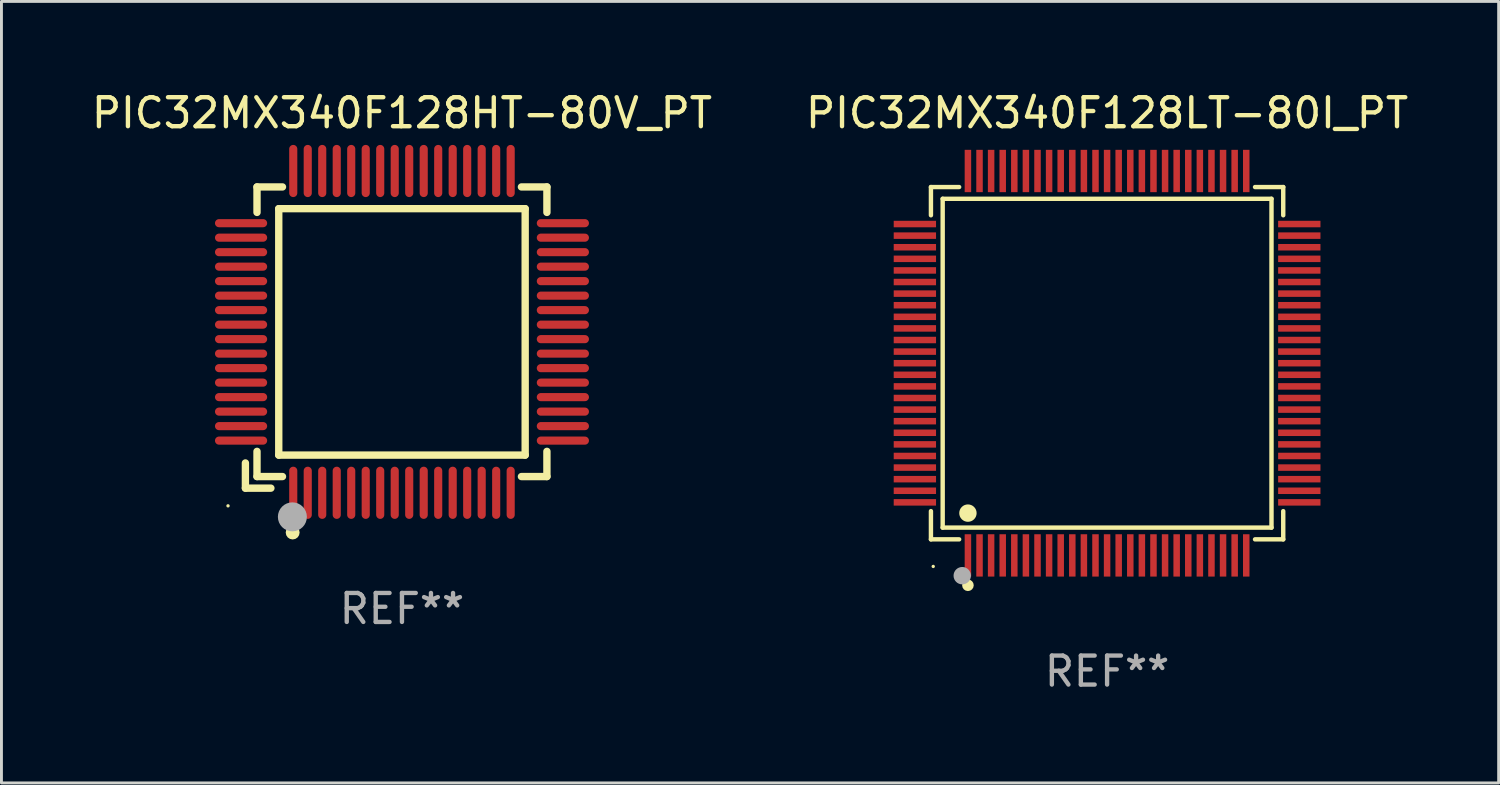
<source format=kicad_pcb>
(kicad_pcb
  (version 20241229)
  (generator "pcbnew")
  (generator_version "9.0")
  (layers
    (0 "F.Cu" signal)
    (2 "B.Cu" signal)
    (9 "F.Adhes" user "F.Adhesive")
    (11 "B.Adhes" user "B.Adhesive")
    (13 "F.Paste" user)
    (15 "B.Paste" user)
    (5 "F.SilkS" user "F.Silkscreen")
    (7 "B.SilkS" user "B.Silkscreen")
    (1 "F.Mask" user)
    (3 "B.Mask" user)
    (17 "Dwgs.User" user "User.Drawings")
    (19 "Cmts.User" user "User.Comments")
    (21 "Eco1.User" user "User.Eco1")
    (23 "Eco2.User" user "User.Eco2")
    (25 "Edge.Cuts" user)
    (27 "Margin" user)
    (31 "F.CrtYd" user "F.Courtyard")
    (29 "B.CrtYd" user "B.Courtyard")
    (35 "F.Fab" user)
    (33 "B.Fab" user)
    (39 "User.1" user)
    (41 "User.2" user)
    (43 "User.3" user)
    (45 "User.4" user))
  (footprint "PIC32MX340F128HT-80V_PT"
    (layer "F.Cu")
    (at 10.815 8.398)
    (property "Reference" "PIC32MX340F128HT-80V_PT" (at 0 -7.55 0) (layer "F.SilkS") (effects (font (size 1 1) (thickness 0.15))))
    (attr through_hole)
    (fp_line (start -5.4 4.521) (end -5.4 5.39) (stroke (width 0.254) (type solid)) (layer "F.SilkS"))
    (fp_line (start -5.4 5.39) (end -4.521 5.39) (stroke (width 0.254) (type solid)) (layer "F.SilkS"))
    (fp_line (start -5 -5) (end -5 -4.121) (stroke (width 0.254) (type solid)) (layer "F.SilkS"))
    (fp_line (start -5 4.121) (end -5 4.99) (stroke (width 0.254) (type solid)) (layer "F.SilkS"))
    (fp_line (start -5 4.99) (end -4.121 4.99) (stroke (width 0.254) (type solid)) (layer "F.SilkS"))
    (fp_line (start -4.25 -4.25) (end -4.25 4.25) (stroke (width 0.254) (type solid)) (layer "F.SilkS"))
    (fp_line (start -4.25 4.25) (end 4.25 4.25) (stroke (width 0.254) (type solid)) (layer "F.SilkS"))
    (fp_line (start -4.121 -5) (end -5 -5) (stroke (width 0.254) (type solid)) (layer "F.SilkS"))
    (fp_line (start 4.121 4.99) (end 5 4.99) (stroke (width 0.254) (type solid)) (layer "F.SilkS"))
    (fp_line (start 4.25 -4.25) (end -4.25 -4.25) (stroke (width 0.254) (type solid)) (layer "F.SilkS"))
    (fp_line (start 4.25 4.25) (end 4.25 -4.25) (stroke (width 0.254) (type solid)) (layer "F.SilkS"))
    (fp_line (start 5 -5) (end 4.121 -5) (stroke (width 0.254) (type solid)) (layer "F.SilkS"))
    (fp_line (start 5 -4.121) (end 5 -5) (stroke (width 0.254) (type solid)) (layer "F.SilkS"))
    (fp_line (start 5 4.99) (end 5 4.121) (stroke (width 0.254) (type solid)) (layer "F.SilkS"))
    (fp_circle (center -6 6) (end -5.97 6) (stroke (width 0.06) (type solid)) (fill no) (layer "F.SilkS"))
    (fp_circle (center -3.77 6.92) (end -3.65 6.92) (stroke (width 0.24) (type solid)) (fill no) (layer "F.SilkS"))
    (fp_circle (center -3.78 6.38) (end -3.53 6.38) (stroke (width 0.5) (type solid)) (fill no) (layer "F.Fab"))
    (fp_text user "REF**" (at 0 9.55 0) (layer "F.Fab") (effects (font (size 1 1) (thickness 0.15))))
    (pad "1" smd oval (at -3.75 5.55) (size 0.28 1.8) (layers "F.Cu" "F.Mask" "F.Paste"))
    (pad "2" smd oval (at -3.25 5.55) (size 0.28 1.8) (layers "F.Cu" "F.Mask" "F.Paste"))
    (pad "3" smd oval (at -2.75 5.55) (size 0.28 1.8) (layers "F.Cu" "F.Mask" "F.Paste"))
    (pad "4" smd oval (at -2.25 5.55) (size 0.28 1.8) (layers "F.Cu" "F.Mask" "F.Paste"))
    (pad "5" smd oval (at -1.75 5.55) (size 0.28 1.8) (layers "F.Cu" "F.Mask" "F.Paste"))
    (pad "6" smd oval (at -1.25 5.55) (size 0.28 1.8) (layers "F.Cu" "F.Mask" "F.Paste"))
    (pad "7" smd oval (at -0.75 5.55) (size 0.28 1.8) (layers "F.Cu" "F.Mask" "F.Paste"))
    (pad "8" smd oval (at -0.25 5.55) (size 0.28 1.8) (layers "F.Cu" "F.Mask" "F.Paste"))
    (pad "9" smd oval (at 0.25 5.55) (size 0.28 1.8) (layers "F.Cu" "F.Mask" "F.Paste"))
    (pad "10" smd oval (at 0.75 5.55) (size 0.28 1.8) (layers "F.Cu" "F.Mask" "F.Paste"))
    (pad "11" smd oval (at 1.25 5.55) (size 0.28 1.8) (layers "F.Cu" "F.Mask" "F.Paste"))
    (pad "12" smd oval (at 1.75 5.55) (size 0.28 1.8) (layers "F.Cu" "F.Mask" "F.Paste"))
    (pad "13" smd oval (at 2.25 5.55) (size 0.28 1.8) (layers "F.Cu" "F.Mask" "F.Paste"))
    (pad "14" smd oval (at 2.75 5.55) (size 0.28 1.8) (layers "F.Cu" "F.Mask" "F.Paste"))
    (pad "15" smd oval (at 3.25 5.55) (size 0.28 1.8) (layers "F.Cu" "F.Mask" "F.Paste"))
    (pad "16" smd oval (at 3.75 5.55) (size 0.28 1.8) (layers "F.Cu" "F.Mask" "F.Paste"))
    (pad "17" smd oval (at 5.55 3.75) (size 1.8 0.28) (layers "F.Cu" "F.Mask" "F.Paste"))
    (pad "18" smd oval (at 5.55 3.25) (size 1.8 0.28) (layers "F.Cu" "F.Mask" "F.Paste"))
    (pad "19" smd oval (at 5.55 2.75) (size 1.8 0.28) (layers "F.Cu" "F.Mask" "F.Paste"))
    (pad "20" smd oval (at 5.55 2.25) (size 1.8 0.28) (layers "F.Cu" "F.Mask" "F.Paste"))
    (pad "21" smd oval (at 5.55 1.75) (size 1.8 0.28) (layers "F.Cu" "F.Mask" "F.Paste"))
    (pad "22" smd oval (at 5.55 1.25) (size 1.8 0.28) (layers "F.Cu" "F.Mask" "F.Paste"))
    (pad "23" smd oval (at 5.55 0.75) (size 1.8 0.28) (layers "F.Cu" "F.Mask" "F.Paste"))
    (pad "24" smd oval (at 5.55 0.25) (size 1.8 0.28) (layers "F.Cu" "F.Mask" "F.Paste"))
    (pad "25" smd oval (at 5.55 -0.25) (size 1.8 0.28) (layers "F.Cu" "F.Mask" "F.Paste"))
    (pad "26" smd oval (at 5.55 -0.75) (size 1.8 0.28) (layers "F.Cu" "F.Mask" "F.Paste"))
    (pad "27" smd oval (at 5.55 -1.25) (size 1.8 0.28) (layers "F.Cu" "F.Mask" "F.Paste"))
    (pad "28" smd oval (at 5.55 -1.75) (size 1.8 0.28) (layers "F.Cu" "F.Mask" "F.Paste"))
    (pad "29" smd oval (at 5.55 -2.25) (size 1.8 0.28) (layers "F.Cu" "F.Mask" "F.Paste"))
    (pad "30" smd oval (at 5.55 -2.75) (size 1.8 0.28) (layers "F.Cu" "F.Mask" "F.Paste"))
    (pad "31" smd oval (at 5.55 -3.25) (size 1.8 0.28) (layers "F.Cu" "F.Mask" "F.Paste"))
    (pad "32" smd oval (at 5.55 -3.75) (size 1.8 0.28) (layers "F.Cu" "F.Mask" "F.Paste"))
    (pad "33" smd oval (at 3.75 -5.55) (size 0.28 1.8) (layers "F.Cu" "F.Mask" "F.Paste"))
    (pad "34" smd oval (at 3.25 -5.55) (size 0.28 1.8) (layers "F.Cu" "F.Mask" "F.Paste"))
    (pad "35" smd oval (at 2.75 -5.55) (size 0.28 1.8) (layers "F.Cu" "F.Mask" "F.Paste"))
    (pad "36" smd oval (at 2.25 -5.55) (size 0.28 1.8) (layers "F.Cu" "F.Mask" "F.Paste"))
    (pad "37" smd oval (at 1.75 -5.55) (size 0.28 1.8) (layers "F.Cu" "F.Mask" "F.Paste"))
    (pad "38" smd oval (at 1.25 -5.55) (size 0.28 1.8) (layers "F.Cu" "F.Mask" "F.Paste"))
    (pad "39" smd oval (at 0.75 -5.55) (size 0.28 1.8) (layers "F.Cu" "F.Mask" "F.Paste"))
    (pad "40" smd oval (at 0.25 -5.55) (size 0.28 1.8) (layers "F.Cu" "F.Mask" "F.Paste"))
    (pad "41" smd oval (at -0.25 -5.55) (size 0.28 1.8) (layers "F.Cu" "F.Mask" "F.Paste"))
    (pad "42" smd oval (at -0.75 -5.55) (size 0.28 1.8) (layers "F.Cu" "F.Mask" "F.Paste"))
    (pad "43" smd oval (at -1.25 -5.55) (size 0.28 1.8) (layers "F.Cu" "F.Mask" "F.Paste"))
    (pad "44" smd oval (at -1.75 -5.55) (size 0.28 1.8) (layers "F.Cu" "F.Mask" "F.Paste"))
    (pad "45" smd oval (at -2.25 -5.55) (size 0.28 1.8) (layers "F.Cu" "F.Mask" "F.Paste"))
    (pad "46" smd oval (at -2.75 -5.55) (size 0.28 1.8) (layers "F.Cu" "F.Mask" "F.Paste"))
    (pad "47" smd oval (at -3.25 -5.55) (size 0.28 1.8) (layers "F.Cu" "F.Mask" "F.Paste"))
    (pad "48" smd oval (at -3.75 -5.55) (size 0.28 1.8) (layers "F.Cu" "F.Mask" "F.Paste"))
    (pad "49" smd oval (at -5.55 -3.75) (size 1.8 0.28) (layers "F.Cu" "F.Mask" "F.Paste"))
    (pad "50" smd oval (at -5.55 -3.25) (size 1.8 0.28) (layers "F.Cu" "F.Mask" "F.Paste"))
    (pad "51" smd oval (at -5.55 -2.75) (size 1.8 0.28) (layers "F.Cu" "F.Mask" "F.Paste"))
    (pad "52" smd oval (at -5.55 -2.25) (size 1.8 0.28) (layers "F.Cu" "F.Mask" "F.Paste"))
    (pad "53" smd oval (at -5.55 -1.75) (size 1.8 0.28) (layers "F.Cu" "F.Mask" "F.Paste"))
    (pad "54" smd oval (at -5.55 -1.25) (size 1.8 0.28) (layers "F.Cu" "F.Mask" "F.Paste"))
    (pad "55" smd oval (at -5.55 -0.75) (size 1.8 0.28) (layers "F.Cu" "F.Mask" "F.Paste"))
    (pad "56" smd oval (at -5.55 -0.25) (size 1.8 0.28) (layers "F.Cu" "F.Mask" "F.Paste"))
    (pad "57" smd oval (at -5.55 0.25) (size 1.8 0.28) (layers "F.Cu" "F.Mask" "F.Paste"))
    (pad "58" smd oval (at -5.55 0.75) (size 1.8 0.28) (layers "F.Cu" "F.Mask" "F.Paste"))
    (pad "59" smd oval (at -5.55 1.25) (size 1.8 0.28) (layers "F.Cu" "F.Mask" "F.Paste"))
    (pad "60" smd oval (at -5.55 1.75) (size 1.8 0.28) (layers "F.Cu" "F.Mask" "F.Paste"))
    (pad "61" smd oval (at -5.55 2.25) (size 1.8 0.28) (layers "F.Cu" "F.Mask" "F.Paste"))
    (pad "62" smd oval (at -5.55 2.75) (size 1.8 0.28) (layers "F.Cu" "F.Mask" "F.Paste"))
    (pad "63" smd oval (at -5.55 3.25) (size 1.8 0.28) (layers "F.Cu" "F.Mask" "F.Paste"))
    (pad "64" smd oval (at -5.55 3.75) (size 1.8 0.28) (layers "F.Cu" "F.Mask" "F.Paste")))
  (footprint "PIC32MX340F128LT-80I_PT"
    (layer "F.Cu")
    (at 35.137 9.478)
    (property "Reference" "PIC32MX340F128LT-80I_PT" (at 0 -8.63 0) (layer "F.SilkS") (effects (font (size 1 1) (thickness 0.15))))
    (attr through_hole)
    (fp_line (start -6.076 -6.076) (end -5.103 -6.076) (stroke (width 0.152) (type solid)) (layer "F.SilkS"))
    (fp_line (start -6.076 -5.103) (end -6.076 -6.076) (stroke (width 0.152) (type solid)) (layer "F.SilkS"))
    (fp_line (start -6.076 5.103) (end -6.076 6.076) (stroke (width 0.152) (type solid)) (layer "F.SilkS"))
    (fp_line (start -6.076 6.076) (end -5.103 6.076) (stroke (width 0.152) (type solid)) (layer "F.SilkS"))
    (fp_line (start -5.671 -5.671) (end 5.671 -5.671) (stroke (width 0.152) (type solid)) (layer "F.SilkS"))
    (fp_line (start -5.671 5.671) (end -5.671 -5.671) (stroke (width 0.152) (type solid)) (layer "F.SilkS"))
    (fp_line (start 5.671 -5.671) (end 5.671 5.671) (stroke (width 0.152) (type solid)) (layer "F.SilkS"))
    (fp_line (start 5.671 5.671) (end -5.671 5.671) (stroke (width 0.152) (type solid)) (layer "F.SilkS"))
    (fp_line (start 6.076 -6.076) (end 5.103 -6.076) (stroke (width 0.152) (type solid)) (layer "F.SilkS"))
    (fp_line (start 6.076 -5.103) (end 6.076 -6.076) (stroke (width 0.152) (type solid)) (layer "F.SilkS"))
    (fp_line (start 6.076 5.103) (end 6.076 6.076) (stroke (width 0.152) (type solid)) (layer "F.SilkS"))
    (fp_line (start 6.076 6.076) (end 5.103 6.076) (stroke (width 0.152) (type solid)) (layer "F.SilkS"))
    (fp_circle (center -5.997 7.01) (end -5.967 7.01) (stroke (width 0.06) (type solid)) (fill no) (layer "F.SilkS"))
    (fp_circle (center -4.8 5.171) (end -4.65 5.171) (stroke (width 0.3) (type solid)) (fill no) (layer "F.SilkS"))
    (fp_circle (center -4.8 7.66) (end -4.7 7.66) (stroke (width 0.2) (type solid)) (fill no) (layer "F.SilkS"))
    (fp_circle (center -4.996 7.329) (end -4.846 7.329) (stroke (width 0.3) (type solid)) (fill no) (layer "F.Fab"))
    (fp_text user "REF**" (at 0 10.63 0) (layer "F.Fab") (effects (font (size 1 1) (thickness 0.15))))
    (pad "1" smd rect (at -4.8 6.63) (size 0.224 1.46) (layers "F.Cu" "F.Mask" "F.Paste"))
    (pad "2" smd rect (at -4.4 6.63) (size 0.224 1.46) (layers "F.Cu" "F.Mask" "F.Paste"))
    (pad "3" smd rect (at -4 6.63) (size 0.224 1.46) (layers "F.Cu" "F.Mask" "F.Paste"))
    (pad "4" smd rect (at -3.6 6.63) (size 0.224 1.46) (layers "F.Cu" "F.Mask" "F.Paste"))
    (pad "5" smd rect (at -3.2 6.63) (size 0.224 1.46) (layers "F.Cu" "F.Mask" "F.Paste"))
    (pad "6" smd rect (at -2.8 6.63) (size 0.224 1.46) (layers "F.Cu" "F.Mask" "F.Paste"))
    (pad "7" smd rect (at -2.4 6.63) (size 0.224 1.46) (layers "F.Cu" "F.Mask" "F.Paste"))
    (pad "8" smd rect (at -2 6.63) (size 0.224 1.46) (layers "F.Cu" "F.Mask" "F.Paste"))
    (pad "9" smd rect (at -1.6 6.63) (size 0.224 1.46) (layers "F.Cu" "F.Mask" "F.Paste"))
    (pad "10" smd rect (at -1.2 6.63) (size 0.224 1.46) (layers "F.Cu" "F.Mask" "F.Paste"))
    (pad "11" smd rect (at -0.8 6.63) (size 0.224 1.46) (layers "F.Cu" "F.Mask" "F.Paste"))
    (pad "12" smd rect (at -0.4 6.63) (size 0.224 1.46) (layers "F.Cu" "F.Mask" "F.Paste"))
    (pad "13" smd rect (at 0 6.63) (size 0.224 1.46) (layers "F.Cu" "F.Mask" "F.Paste"))
    (pad "14" smd rect (at 0.4 6.63) (size 0.224 1.46) (layers "F.Cu" "F.Mask" "F.Paste"))
    (pad "15" smd rect (at 0.8 6.63) (size 0.224 1.46) (layers "F.Cu" "F.Mask" "F.Paste"))
    (pad "16" smd rect (at 1.2 6.63) (size 0.224 1.46) (layers "F.Cu" "F.Mask" "F.Paste"))
    (pad "17" smd rect (at 1.6 6.63) (size 0.224 1.46) (layers "F.Cu" "F.Mask" "F.Paste"))
    (pad "18" smd rect (at 2 6.63) (size 0.224 1.46) (layers "F.Cu" "F.Mask" "F.Paste"))
    (pad "19" smd rect (at 2.4 6.63) (size 0.224 1.46) (layers "F.Cu" "F.Mask" "F.Paste"))
    (pad "20" smd rect (at 2.8 6.63) (size 0.224 1.46) (layers "F.Cu" "F.Mask" "F.Paste"))
    (pad "21" smd rect (at 3.2 6.63) (size 0.224 1.46) (layers "F.Cu" "F.Mask" "F.Paste"))
    (pad "22" smd rect (at 3.6 6.63) (size 0.224 1.46) (layers "F.Cu" "F.Mask" "F.Paste"))
    (pad "23" smd rect (at 4 6.63) (size 0.224 1.46) (layers "F.Cu" "F.Mask" "F.Paste"))
    (pad "24" smd rect (at 4.4 6.63) (size 0.224 1.46) (layers "F.Cu" "F.Mask" "F.Paste"))
    (pad "25" smd rect (at 4.8 6.63) (size 0.224 1.46) (layers "F.Cu" "F.Mask" "F.Paste"))
    (pad "26" smd rect (at 6.63 4.8) (size 1.46 0.224) (layers "F.Cu" "F.Mask" "F.Paste"))
    (pad "27" smd rect (at 6.63 4.4) (size 1.46 0.224) (layers "F.Cu" "F.Mask" "F.Paste"))
    (pad "28" smd rect (at 6.63 4) (size 1.46 0.224) (layers "F.Cu" "F.Mask" "F.Paste"))
    (pad "29" smd rect (at 6.63 3.6) (size 1.46 0.224) (layers "F.Cu" "F.Mask" "F.Paste"))
    (pad "30" smd rect (at 6.63 3.2) (size 1.46 0.224) (layers "F.Cu" "F.Mask" "F.Paste"))
    (pad "31" smd rect (at 6.63 2.8) (size 1.46 0.224) (layers "F.Cu" "F.Mask" "F.Paste"))
    (pad "32" smd rect (at 6.63 2.4) (size 1.46 0.224) (layers "F.Cu" "F.Mask" "F.Paste"))
    (pad "33" smd rect (at 6.63 2) (size 1.46 0.224) (layers "F.Cu" "F.Mask" "F.Paste"))
    (pad "34" smd rect (at 6.63 1.6) (size 1.46 0.224) (layers "F.Cu" "F.Mask" "F.Paste"))
    (pad "35" smd rect (at 6.63 1.2) (size 1.46 0.224) (layers "F.Cu" "F.Mask" "F.Paste"))
    (pad "36" smd rect (at 6.63 0.8) (size 1.46 0.224) (layers "F.Cu" "F.Mask" "F.Paste"))
    (pad "37" smd rect (at 6.63 0.4) (size 1.46 0.224) (layers "F.Cu" "F.Mask" "F.Paste"))
    (pad "38" smd rect (at 6.63 0) (size 1.46 0.224) (layers "F.Cu" "F.Mask" "F.Paste"))
    (pad "39" smd rect (at 6.63 -0.4) (size 1.46 0.224) (layers "F.Cu" "F.Mask" "F.Paste"))
    (pad "40" smd rect (at 6.63 -0.8) (size 1.46 0.224) (layers "F.Cu" "F.Mask" "F.Paste"))
    (pad "41" smd rect (at 6.63 -1.2) (size 1.46 0.224) (layers "F.Cu" "F.Mask" "F.Paste"))
    (pad "42" smd rect (at 6.63 -1.6) (size 1.46 0.224) (layers "F.Cu" "F.Mask" "F.Paste"))
    (pad "43" smd rect (at 6.63 -2) (size 1.46 0.224) (layers "F.Cu" "F.Mask" "F.Paste"))
    (pad "44" smd rect (at 6.63 -2.4) (size 1.46 0.224) (layers "F.Cu" "F.Mask" "F.Paste"))
    (pad "45" smd rect (at 6.63 -2.8) (size 1.46 0.224) (layers "F.Cu" "F.Mask" "F.Paste"))
    (pad "46" smd rect (at 6.63 -3.2) (size 1.46 0.224) (layers "F.Cu" "F.Mask" "F.Paste"))
    (pad "47" smd rect (at 6.63 -3.6) (size 1.46 0.224) (layers "F.Cu" "F.Mask" "F.Paste"))
    (pad "48" smd rect (at 6.63 -4) (size 1.46 0.224) (layers "F.Cu" "F.Mask" "F.Paste"))
    (pad "49" smd rect (at 6.63 -4.4) (size 1.46 0.224) (layers "F.Cu" "F.Mask" "F.Paste"))
    (pad "50" smd rect (at 6.63 -4.8) (size 1.46 0.224) (layers "F.Cu" "F.Mask" "F.Paste"))
    (pad "51" smd rect (at 4.8 -6.63) (size 0.224 1.46) (layers "F.Cu" "F.Mask" "F.Paste"))
    (pad "52" smd rect (at 4.4 -6.63) (size 0.224 1.46) (layers "F.Cu" "F.Mask" "F.Paste"))
    (pad "53" smd rect (at 4 -6.63) (size 0.224 1.46) (layers "F.Cu" "F.Mask" "F.Paste"))
    (pad "54" smd rect (at 3.6 -6.63) (size 0.224 1.46) (layers "F.Cu" "F.Mask" "F.Paste"))
    (pad "55" smd rect (at 3.2 -6.63) (size 0.224 1.46) (layers "F.Cu" "F.Mask" "F.Paste"))
    (pad "56" smd rect (at 2.8 -6.63) (size 0.224 1.46) (layers "F.Cu" "F.Mask" "F.Paste"))
    (pad "57" smd rect (at 2.4 -6.63) (size 0.224 1.46) (layers "F.Cu" "F.Mask" "F.Paste"))
    (pad "58" smd rect (at 2 -6.63) (size 0.224 1.46) (layers "F.Cu" "F.Mask" "F.Paste"))
    (pad "59" smd rect (at 1.6 -6.63) (size 0.224 1.46) (layers "F.Cu" "F.Mask" "F.Paste"))
    (pad "60" smd rect (at 1.2 -6.63) (size 0.224 1.46) (layers "F.Cu" "F.Mask" "F.Paste"))
    (pad "61" smd rect (at 0.8 -6.63) (size 0.224 1.46) (layers "F.Cu" "F.Mask" "F.Paste"))
    (pad "62" smd rect (at 0.4 -6.63) (size 0.224 1.46) (layers "F.Cu" "F.Mask" "F.Paste"))
    (pad "63" smd rect (at 0 -6.63) (size 0.224 1.46) (layers "F.Cu" "F.Mask" "F.Paste"))
    (pad "64" smd rect (at -0.4 -6.63) (size 0.224 1.46) (layers "F.Cu" "F.Mask" "F.Paste"))
    (pad "65" smd rect (at -0.8 -6.63) (size 0.224 1.46) (layers "F.Cu" "F.Mask" "F.Paste"))
    (pad "66" smd rect (at -1.2 -6.63) (size 0.224 1.46) (layers "F.Cu" "F.Mask" "F.Paste"))
    (pad "67" smd rect (at -1.6 -6.63) (size 0.224 1.46) (layers "F.Cu" "F.Mask" "F.Paste"))
    (pad "68" smd rect (at -2 -6.63) (size 0.224 1.46) (layers "F.Cu" "F.Mask" "F.Paste"))
    (pad "69" smd rect (at -2.4 -6.63) (size 0.224 1.46) (layers "F.Cu" "F.Mask" "F.Paste"))
    (pad "70" smd rect (at -2.8 -6.63) (size 0.224 1.46) (layers "F.Cu" "F.Mask" "F.Paste"))
    (pad "71" smd rect (at -3.2 -6.63) (size 0.224 1.46) (layers "F.Cu" "F.Mask" "F.Paste"))
    (pad "72" smd rect (at -3.6 -6.63) (size 0.224 1.46) (layers "F.Cu" "F.Mask" "F.Paste"))
    (pad "73" smd rect (at -4 -6.63) (size 0.224 1.46) (layers "F.Cu" "F.Mask" "F.Paste"))
    (pad "74" smd rect (at -4.4 -6.63) (size 0.224 1.46) (layers "F.Cu" "F.Mask" "F.Paste"))
    (pad "75" smd rect (at -4.8 -6.63) (size 0.224 1.46) (layers "F.Cu" "F.Mask" "F.Paste"))
    (pad "76" smd rect (at -6.63 -4.8) (size 1.46 0.224) (layers "F.Cu" "F.Mask" "F.Paste"))
    (pad "77" smd rect (at -6.63 -4.4) (size 1.46 0.224) (layers "F.Cu" "F.Mask" "F.Paste"))
    (pad "78" smd rect (at -6.63 -4) (size 1.46 0.224) (layers "F.Cu" "F.Mask" "F.Paste"))
    (pad "79" smd rect (at -6.63 -3.6) (size 1.46 0.224) (layers "F.Cu" "F.Mask" "F.Paste"))
    (pad "80" smd rect (at -6.63 -3.2) (size 1.46 0.224) (layers "F.Cu" "F.Mask" "F.Paste"))
    (pad "81" smd rect (at -6.63 -2.8) (size 1.46 0.224) (layers "F.Cu" "F.Mask" "F.Paste"))
    (pad "82" smd rect (at -6.63 -2.4) (size 1.46 0.224) (layers "F.Cu" "F.Mask" "F.Paste"))
    (pad "83" smd rect (at -6.63 -2) (size 1.46 0.224) (layers "F.Cu" "F.Mask" "F.Paste"))
    (pad "84" smd rect (at -6.63 -1.6) (size 1.46 0.224) (layers "F.Cu" "F.Mask" "F.Paste"))
    (pad "85" smd rect (at -6.63 -1.2) (size 1.46 0.224) (layers "F.Cu" "F.Mask" "F.Paste"))
    (pad "86" smd rect (at -6.63 -0.8) (size 1.46 0.224) (layers "F.Cu" "F.Mask" "F.Paste"))
    (pad "87" smd rect (at -6.63 -0.4) (size 1.46 0.224) (layers "F.Cu" "F.Mask" "F.Paste"))
    (pad "88" smd rect (at -6.63 0) (size 1.46 0.224) (layers "F.Cu" "F.Mask" "F.Paste"))
    (pad "89" smd rect (at -6.63 0.4) (size 1.46 0.224) (layers "F.Cu" "F.Mask" "F.Paste"))
    (pad "90" smd rect (at -6.63 0.8) (size 1.46 0.224) (layers "F.Cu" "F.Mask" "F.Paste"))
    (pad "91" smd rect (at -6.63 1.2) (size 1.46 0.224) (layers "F.Cu" "F.Mask" "F.Paste"))
    (pad "92" smd rect (at -6.63 1.6) (size 1.46 0.224) (layers "F.Cu" "F.Mask" "F.Paste"))
    (pad "93" smd rect (at -6.63 2) (size 1.46 0.224) (layers "F.Cu" "F.Mask" "F.Paste"))
    (pad "94" smd rect (at -6.63 2.4) (size 1.46 0.224) (layers "F.Cu" "F.Mask" "F.Paste"))
    (pad "95" smd rect (at -6.63 2.8) (size 1.46 0.224) (layers "F.Cu" "F.Mask" "F.Paste"))
    (pad "96" smd rect (at -6.63 3.2) (size 1.46 0.224) (layers "F.Cu" "F.Mask" "F.Paste"))
    (pad "97" smd rect (at -6.63 3.6) (size 1.46 0.224) (layers "F.Cu" "F.Mask" "F.Paste"))
    (pad "98" smd rect (at -6.63 4) (size 1.46 0.224) (layers "F.Cu" "F.Mask" "F.Paste"))
    (pad "99" smd rect (at -6.63 4.4) (size 1.46 0.224) (layers "F.Cu" "F.Mask" "F.Paste"))
    (pad "100" smd rect (at -6.63 4.8) (size 1.46 0.224) (layers "F.Cu" "F.Mask" "F.Paste")))
  (gr_rect
    (start -3 -3)
    (end 48.643 23.956)
    (stroke (width 0.1) (type default))
    (fill no)
    (layer "Edge.Cuts")))
</source>
